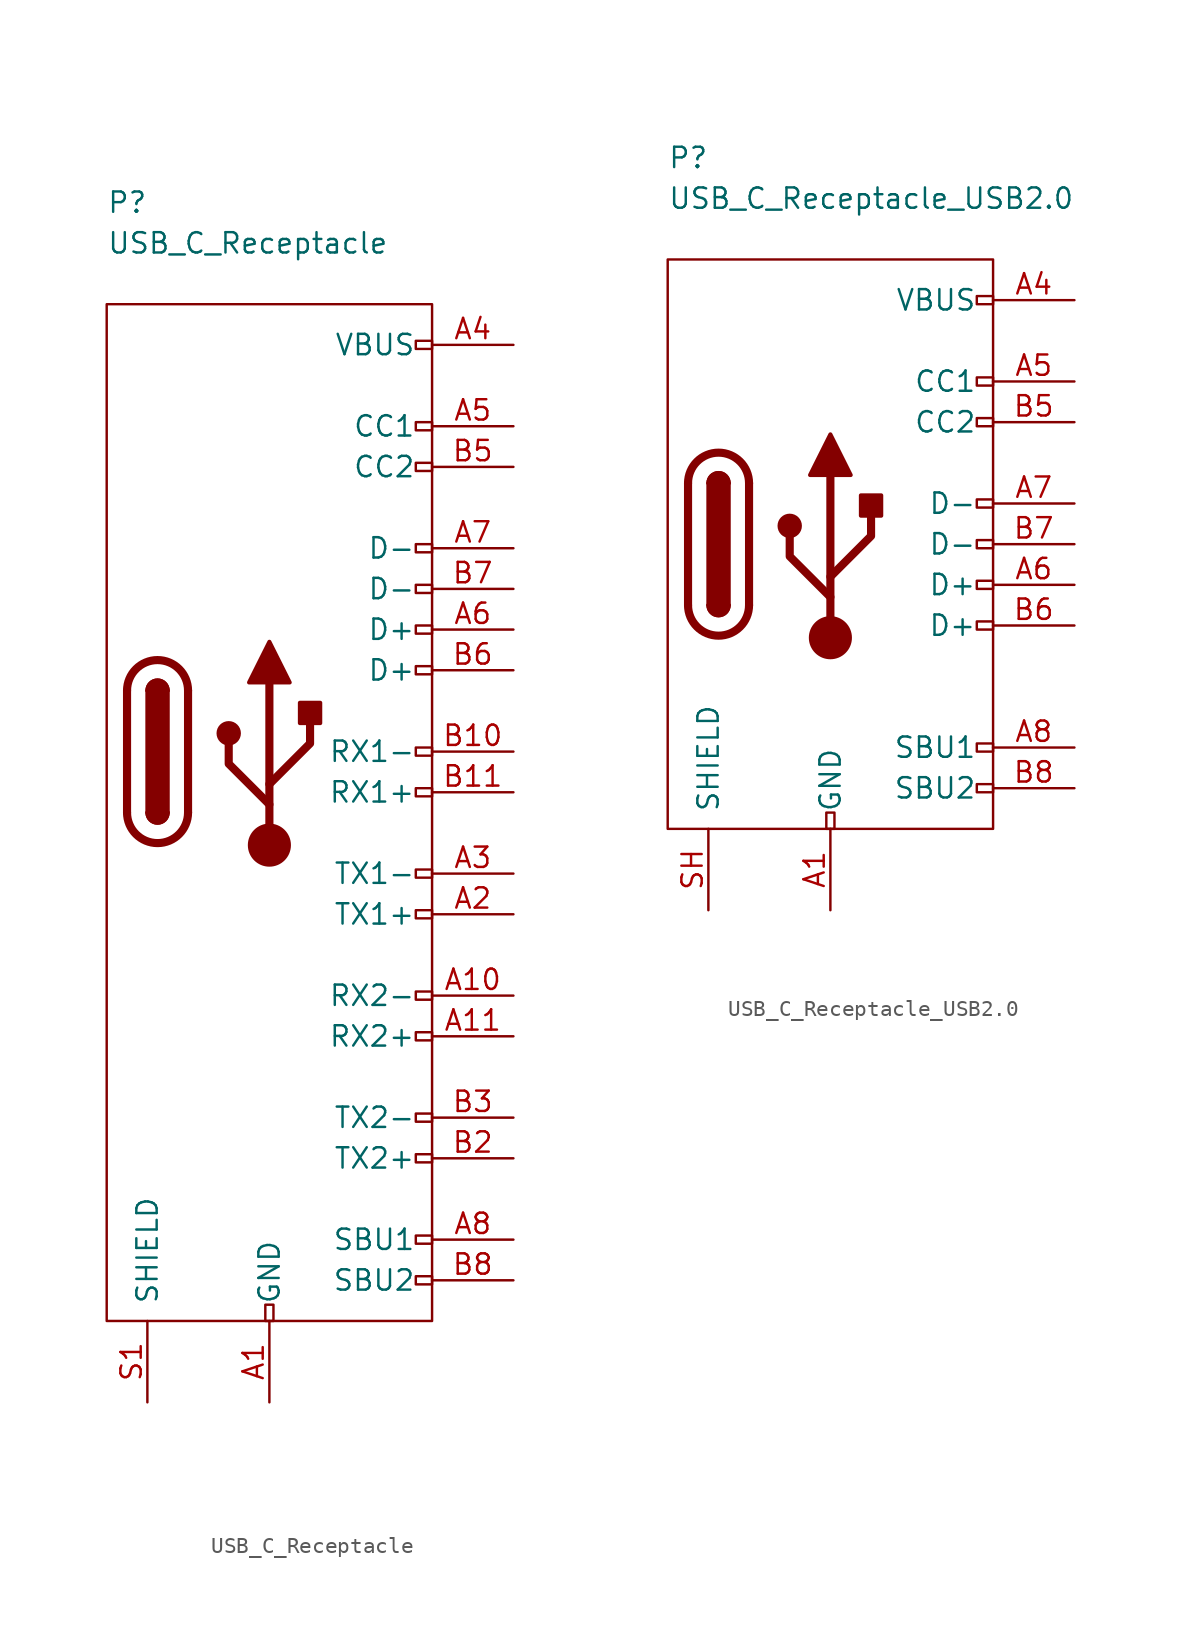
<source format=kicad_sym>
(kicad_symbol_lib
  (version 20211014)
  (generator kicad_symbol_editor)
  (symbol "USB_C_Receptacle"
    (pin_names
      (offset 1.016))
    (property "Reference" "P"
      (at 0 6.35 0)
      (effects (font (size 1.27 1.27)) (justify left)))
    (property "Value" "USB_C_Receptacle"
      (at 0 3.81 0)
      (effects (font (size 1.27 1.27)) (justify left)))
    (symbol "USB_C_Receptacle_0_0"
      (rectangle (start 9.906 -63.5) (end 10.414 -62.484) (stroke (width 0) (type default) (color 0 0 0 0)) (fill (type none)))
      (rectangle (start 20.32 -60.706) (end 19.304 -61.214) (stroke (width 0) (type default) (color 0 0 0 0)) (fill (type none)))
      (rectangle (start 20.32 -58.166) (end 19.304 -58.674) (stroke (width 0) (type default) (color 0 0 0 0)) (fill (type none)))
      (rectangle (start 20.32 -53.086) (end 19.304 -53.594) (stroke (width 0) (type default) (color 0 0 0 0)) (fill (type none)))
      (rectangle (start 20.32 -50.546) (end 19.304 -51.054) (stroke (width 0) (type default) (color 0 0 0 0)) (fill (type none)))
      (rectangle (start 20.32 -45.466) (end 19.304 -45.974) (stroke (width 0) (type default) (color 0 0 0 0)) (fill (type none)))
      (rectangle (start 20.32 -42.926) (end 19.304 -43.434) (stroke (width 0) (type default) (color 0 0 0 0)) (fill (type none)))
      (rectangle (start 20.32 -37.846) (end 19.304 -38.354) (stroke (width 0) (type default) (color 0 0 0 0)) (fill (type none)))
      (rectangle (start 20.32 -35.306) (end 19.304 -35.814) (stroke (width 0) (type default) (color 0 0 0 0)) (fill (type none)))
      (rectangle (start 20.32 -30.226) (end 19.304 -30.734) (stroke (width 0) (type default) (color 0 0 0 0)) (fill (type none)))
      (rectangle (start 20.32 -27.686) (end 19.304 -28.194) (stroke (width 0) (type default) (color 0 0 0 0)) (fill (type none)))
      (rectangle (start 20.32 -22.606) (end 19.304 -23.114) (stroke (width 0) (type default) (color 0 0 0 0)) (fill (type none)))
      (rectangle (start 20.32 -20.066) (end 19.304 -20.574) (stroke (width 0) (type default) (color 0 0 0 0)) (fill (type none)))
      (rectangle (start 20.32 -17.526) (end 19.304 -18.034) (stroke (width 0) (type default) (color 0 0 0 0)) (fill (type none)))
      (rectangle (start 20.32 -14.986) (end 19.304 -15.494) (stroke (width 0) (type default) (color 0 0 0 0)) (fill (type none)))
      (rectangle (start 20.32 -9.906) (end 19.304 -10.414) (stroke (width 0) (type default) (color 0 0 0 0)) (fill (type none)))
      (rectangle (start 20.32 -7.366) (end 19.304 -7.874) (stroke (width 0) (type default) (color 0 0 0 0)) (fill (type none)))
      (rectangle (start 20.32 -2.286) (end 19.304 -2.794) (stroke (width 0) (type default) (color 0 0 0 0)) (fill (type none))))
    (symbol "USB_C_Receptacle_0_1"
      (polyline (pts (xy 1.27 -31.75) (xy 1.27 -24.13)) (stroke (width 0.508) (type default) (color 0 0 0 0)) (fill (type none)))
      (polyline (pts (xy 5.08 -24.13) (xy 5.08 -31.75)) (stroke (width 0.508) (type default) (color 0 0 0 0)) (fill (type none)))
      (rectangle (start 0 0) (end 20.32 -63.5) (stroke (width 0.152) (type default) (color 0 0 0 0)) (fill (type none)))
      (arc (start 1.27 -31.75) (mid 3.175 -33.655) (end 5.08 -31.75) (stroke (width 0.508) (type default) (color 0 0 0 0)) (fill (type none)))
      (arc (start 2.54 -31.75) (mid 3.175 -32.385) (end 3.81 -31.75) (stroke (width 0.254) (type default) (color 0 0 0 0)) (fill (type none)))
      (arc (start 2.54 -31.75) (mid 3.175 -32.385) (end 3.81 -31.75) (stroke (width 0.254) (type default) (color 0 0 0 0)) (fill (type outline)))
      (rectangle (start 2.54 -31.75) (end 3.81 -24.13) (stroke (width 0.254) (type default) (color 0 0 0 0)) (fill (type outline)))
      (arc (start 3.81 -24.13) (mid 3.175 -23.495) (end 2.54 -24.13) (stroke (width 0.254) (type default) (color 0 0 0 0)) (fill (type none)))
      (arc (start 3.81 -24.13) (mid 3.175 -23.495) (end 2.54 -24.13) (stroke (width 0.254) (type default) (color 0 0 0 0)) (fill (type outline)))
      (arc (start 5.08 -24.13) (mid 3.175 -22.225) (end 1.27 -24.13) (stroke (width 0.508) (type default) (color 0 0 0 0)) (fill (type none))))
    (symbol "USB_C_Receptacle_1_1"
      (polyline (pts (xy 10.16 -33.782) (xy 10.16 -23.622)) (stroke (width 0.508) (type default) (color 0 0 0 0)) (fill (type none)))
      (polyline (pts (xy 10.16 -31.242) (xy 7.62 -28.702) (xy 7.62 -27.432)) (stroke (width 0.508) (type default) (color 0 0 0 0)) (fill (type none)))
      (polyline (pts (xy 10.16 -29.972) (xy 12.7 -27.432) (xy 12.7 -26.162)) (stroke (width 0.508) (type default) (color 0 0 0 0)) (fill (type none)))
      (polyline (pts (xy 8.89 -23.622) (xy 10.16 -21.082) (xy 11.43 -23.622) (xy 8.89 -23.622)) (stroke (width 0.254) (type default) (color 0 0 0 0)) (fill (type outline)))
      (circle (center 7.62 -26.797) (radius 0.635) (stroke (width 0.254) (type default) (color 0 0 0 0)) (fill (type outline)))
      (circle (center 10.16 -33.782) (radius 1.27) (stroke (width 0) (type default) (color 0 0 0 0)) (fill (type outline)))
      (rectangle (start 12.065 -26.162) (end 13.335 -24.892) (stroke (width 0.254) (type default) (color 0 0 0 0)) (fill (type outline)))
      (pin passive line (at 10.16 -68.58 90) (length 5.08) (name "GND" (effects (font (size 1.27 1.27)))) (number "A1" (effects (font (size 1.27 1.27)))))
      (pin bidirectional line (at 25.4 -43.18 180) (length 5.08) (name "RX2-" (effects (font (size 1.27 1.27)))) (number "A10" (effects (font (size 1.27 1.27)))))
      (pin bidirectional line (at 25.4 -45.72 180) (length 5.08) (name "RX2+" (effects (font (size 1.27 1.27)))) (number "A11" (effects (font (size 1.27 1.27)))))
      (pin passive line (at 10.16 -68.58 90) (length 5.08) hide (name "GND" (effects (font (size 1.27 1.27)))) (number "A12" (effects (font (size 1.27 1.27)))))
      (pin bidirectional line (at 25.4 -38.1 180) (length 5.08) (name "TX1+" (effects (font (size 1.27 1.27)))) (number "A2" (effects (font (size 1.27 1.27)))))
      (pin bidirectional line (at 25.4 -35.56 180) (length 5.08) (name "TX1-" (effects (font (size 1.27 1.27)))) (number "A3" (effects (font (size 1.27 1.27)))))
      (pin passive line (at 25.4 -2.54 180) (length 5.08) (name "VBUS" (effects (font (size 1.27 1.27)))) (number "A4" (effects (font (size 1.27 1.27)))))
      (pin bidirectional line (at 25.4 -7.62 180) (length 5.08) (name "CC1" (effects (font (size 1.27 1.27)))) (number "A5" (effects (font (size 1.27 1.27)))))
      (pin bidirectional line (at 25.4 -20.32 180) (length 5.08) (name "D+" (effects (font (size 1.27 1.27)))) (number "A6" (effects (font (size 1.27 1.27)))))
      (pin bidirectional line (at 25.4 -15.24 180) (length 5.08) (name "D-" (effects (font (size 1.27 1.27)))) (number "A7" (effects (font (size 1.27 1.27)))))
      (pin bidirectional line (at 25.4 -58.42 180) (length 5.08) (name "SBU1" (effects (font (size 1.27 1.27)))) (number "A8" (effects (font (size 1.27 1.27)))))
      (pin passive line (at 25.4 -2.54 180) (length 5.08) hide (name "VBUS" (effects (font (size 1.27 1.27)))) (number "A9" (effects (font (size 1.27 1.27)))))
      (pin passive line (at 10.16 -68.58 90) (length 5.08) hide (name "GND" (effects (font (size 1.27 1.27)))) (number "B1" (effects (font (size 1.27 1.27)))))
      (pin bidirectional line (at 25.4 -27.94 180) (length 5.08) (name "RX1-" (effects (font (size 1.27 1.27)))) (number "B10" (effects (font (size 1.27 1.27)))))
      (pin bidirectional line (at 25.4 -30.48 180) (length 5.08) (name "RX1+" (effects (font (size 1.27 1.27)))) (number "B11" (effects (font (size 1.27 1.27)))))
      (pin passive line (at 10.16 -68.58 90) (length 5.08) hide (name "GND" (effects (font (size 1.27 1.27)))) (number "B12" (effects (font (size 1.27 1.27)))))
      (pin bidirectional line (at 25.4 -53.34 180) (length 5.08) (name "TX2+" (effects (font (size 1.27 1.27)))) (number "B2" (effects (font (size 1.27 1.27)))))
      (pin bidirectional line (at 25.4 -50.8 180) (length 5.08) (name "TX2-" (effects (font (size 1.27 1.27)))) (number "B3" (effects (font (size 1.27 1.27)))))
      (pin passive line (at 25.4 -2.54 180) (length 5.08) hide (name "VBUS" (effects (font (size 1.27 1.27)))) (number "B4" (effects (font (size 1.27 1.27)))))
      (pin bidirectional line (at 25.4 -10.16 180) (length 5.08) (name "CC2" (effects (font (size 1.27 1.27)))) (number "B5" (effects (font (size 1.27 1.27)))))
      (pin bidirectional line (at 25.4 -22.86 180) (length 5.08) (name "D+" (effects (font (size 1.27 1.27)))) (number "B6" (effects (font (size 1.27 1.27)))))
      (pin bidirectional line (at 25.4 -17.78 180) (length 5.08) (name "D-" (effects (font (size 1.27 1.27)))) (number "B7" (effects (font (size 1.27 1.27)))))
      (pin bidirectional line (at 25.4 -60.96 180) (length 5.08) (name "SBU2" (effects (font (size 1.27 1.27)))) (number "B8" (effects (font (size 1.27 1.27)))))
      (pin passive line (at 25.4 -2.54 180) (length 5.08) hide (name "VBUS" (effects (font (size 1.27 1.27)))) (number "B9" (effects (font (size 1.27 1.27)))))
      (pin passive line (at 2.54 -68.58 90) (length 5.08) (name "SHIELD" (effects (font (size 1.27 1.27)))) (number "S1" (effects (font (size 1.27 1.27)))))))
  (symbol "USB_C_Receptacle_USB2.0"
    (pin_names
      (offset 1.016))
    (property "Reference" "P"
      (at 0 6.35 0)
      (effects (font (size 1.27 1.27)) (justify left)))
    (property "Value" "USB_C_Receptacle_USB2.0"
      (at 0 3.81 0)
      (effects (font (size 1.27 1.27)) (justify left)))
    (symbol "USB_C_Receptacle_USB2.0_0_0"
      (rectangle (start 9.906 -35.56) (end 10.414 -34.544) (stroke (width 0) (type default) (color 0 0 0 0)) (fill (type none)))
      (rectangle (start 20.32 -32.766) (end 19.304 -33.274) (stroke (width 0) (type default) (color 0 0 0 0)) (fill (type none)))
      (rectangle (start 20.32 -30.226) (end 19.304 -30.734) (stroke (width 0) (type default) (color 0 0 0 0)) (fill (type none)))
      (rectangle (start 20.32 -22.606) (end 19.304 -23.114) (stroke (width 0) (type default) (color 0 0 0 0)) (fill (type none)))
      (rectangle (start 20.32 -20.066) (end 19.304 -20.574) (stroke (width 0) (type default) (color 0 0 0 0)) (fill (type none)))
      (rectangle (start 20.32 -17.526) (end 19.304 -18.034) (stroke (width 0) (type default) (color 0 0 0 0)) (fill (type none)))
      (rectangle (start 20.32 -14.986) (end 19.304 -15.494) (stroke (width 0) (type default) (color 0 0 0 0)) (fill (type none)))
      (rectangle (start 20.32 -9.906) (end 19.304 -10.414) (stroke (width 0) (type default) (color 0 0 0 0)) (fill (type none)))
      (rectangle (start 20.32 -7.366) (end 19.304 -7.874) (stroke (width 0) (type default) (color 0 0 0 0)) (fill (type none)))
      (rectangle (start 20.32 -2.286) (end 19.304 -2.794) (stroke (width 0) (type default) (color 0 0 0 0)) (fill (type none))))
    (symbol "USB_C_Receptacle_USB2.0_0_1"
      (polyline (pts (xy 1.27 -21.59) (xy 1.27 -13.97)) (stroke (width 0.508) (type default) (color 0 0 0 0)) (fill (type none)))
      (polyline (pts (xy 5.08 -13.97) (xy 5.08 -21.59)) (stroke (width 0.508) (type default) (color 0 0 0 0)) (fill (type none)))
      (polyline (pts (xy 10.16 -23.622) (xy 10.16 -13.462)) (stroke (width 0.508) (type default) (color 0 0 0 0)) (fill (type none)))
      (polyline (pts (xy 10.16 -21.082) (xy 7.62 -18.542) (xy 7.62 -17.272)) (stroke (width 0.508) (type default) (color 0 0 0 0)) (fill (type none)))
      (polyline (pts (xy 10.16 -19.812) (xy 12.7 -17.272) (xy 12.7 -16.002)) (stroke (width 0.508) (type default) (color 0 0 0 0)) (fill (type none)))
      (polyline (pts (xy 8.89 -13.462) (xy 10.16 -10.922) (xy 11.43 -13.462) (xy 8.89 -13.462)) (stroke (width 0.254) (type default) (color 0 0 0 0)) (fill (type outline)))
      (rectangle (start 0 0) (end 20.32 -35.56) (stroke (width 0.152) (type default) (color 0 0 0 0)) (fill (type none)))
      (arc (start 1.27 -21.59) (mid 3.175 -23.495) (end 5.08 -21.59) (stroke (width 0.508) (type default) (color 0 0 0 0)) (fill (type none)))
      (arc (start 2.54 -21.59) (mid 3.175 -22.225) (end 3.81 -21.59) (stroke (width 0.254) (type default) (color 0 0 0 0)) (fill (type none)))
      (arc (start 2.54 -21.59) (mid 3.175 -22.225) (end 3.81 -21.59) (stroke (width 0.254) (type default) (color 0 0 0 0)) (fill (type outline)))
      (rectangle (start 2.54 -21.59) (end 3.81 -13.97) (stroke (width 0.254) (type default) (color 0 0 0 0)) (fill (type outline)))
      (arc (start 3.81 -13.97) (mid 3.175 -13.335) (end 2.54 -13.97) (stroke (width 0.254) (type default) (color 0 0 0 0)) (fill (type none)))
      (arc (start 3.81 -13.97) (mid 3.175 -13.335) (end 2.54 -13.97) (stroke (width 0.254) (type default) (color 0 0 0 0)) (fill (type outline)))
      (arc (start 5.08 -13.97) (mid 3.175 -12.065) (end 1.27 -13.97) (stroke (width 0.508) (type default) (color 0 0 0 0)) (fill (type none)))
      (circle (center 7.62 -16.637) (radius 0.635) (stroke (width 0.254) (type default) (color 0 0 0 0)) (fill (type outline)))
      (circle (center 10.16 -23.622) (radius 1.27) (stroke (width 0) (type default) (color 0 0 0 0)) (fill (type outline)))
      (rectangle (start 12.065 -16.002) (end 13.335 -14.732) (stroke (width 0.254) (type default) (color 0 0 0 0)) (fill (type outline))))
    (symbol "USB_C_Receptacle_USB2.0_1_1"
      (pin passive line (at 10.16 -40.64 90) (length 5.08) (name "GND" (effects (font (size 1.27 1.27)))) (number "A1" (effects (font (size 1.27 1.27)))))
      (pin passive line (at 10.16 -40.64 90) (length 5.08) hide (name "GND" (effects (font (size 1.27 1.27)))) (number "A12" (effects (font (size 1.27 1.27)))))
      (pin passive line (at 25.4 -2.54 180) (length 5.08) (name "VBUS" (effects (font (size 1.27 1.27)))) (number "A4" (effects (font (size 1.27 1.27)))))
      (pin bidirectional line (at 25.4 -7.62 180) (length 5.08) (name "CC1" (effects (font (size 1.27 1.27)))) (number "A5" (effects (font (size 1.27 1.27)))))
      (pin bidirectional line (at 25.4 -20.32 180) (length 5.08) (name "D+" (effects (font (size 1.27 1.27)))) (number "A6" (effects (font (size 1.27 1.27)))))
      (pin bidirectional line (at 25.4 -15.24 180) (length 5.08) (name "D-" (effects (font (size 1.27 1.27)))) (number "A7" (effects (font (size 1.27 1.27)))))
      (pin bidirectional line (at 25.4 -30.48 180) (length 5.08) (name "SBU1" (effects (font (size 1.27 1.27)))) (number "A8" (effects (font (size 1.27 1.27)))))
      (pin passive line (at 25.4 -2.54 180) (length 5.08) hide (name "VBUS" (effects (font (size 1.27 1.27)))) (number "A9" (effects (font (size 1.27 1.27)))))
      (pin passive line (at 10.16 -40.64 90) (length 5.08) hide (name "GND" (effects (font (size 1.27 1.27)))) (number "B1" (effects (font (size 1.27 1.27)))))
      (pin passive line (at 10.16 -40.64 90) (length 5.08) hide (name "GND" (effects (font (size 1.27 1.27)))) (number "B12" (effects (font (size 1.27 1.27)))))
      (pin passive line (at 25.4 -2.54 180) (length 5.08) hide (name "VBUS" (effects (font (size 1.27 1.27)))) (number "B4" (effects (font (size 1.27 1.27)))))
      (pin bidirectional line (at 25.4 -10.16 180) (length 5.08) (name "CC2" (effects (font (size 1.27 1.27)))) (number "B5" (effects (font (size 1.27 1.27)))))
      (pin bidirectional line (at 25.4 -22.86 180) (length 5.08) (name "D+" (effects (font (size 1.27 1.27)))) (number "B6" (effects (font (size 1.27 1.27)))))
      (pin bidirectional line (at 25.4 -17.78 180) (length 5.08) (name "D-" (effects (font (size 1.27 1.27)))) (number "B7" (effects (font (size 1.27 1.27)))))
      (pin bidirectional line (at 25.4 -33.02 180) (length 5.08) (name "SBU2" (effects (font (size 1.27 1.27)))) (number "B8" (effects (font (size 1.27 1.27)))))
      (pin passive line (at 25.4 -2.54 180) (length 5.08) hide (name "VBUS" (effects (font (size 1.27 1.27)))) (number "B9" (effects (font (size 1.27 1.27)))))
      (pin passive line (at 2.54 -40.64 90) (length 5.08) (name "SHIELD" (effects (font (size 1.27 1.27)))) (number "SH" (effects (font (size 1.27 1.27))))))))
</source>
